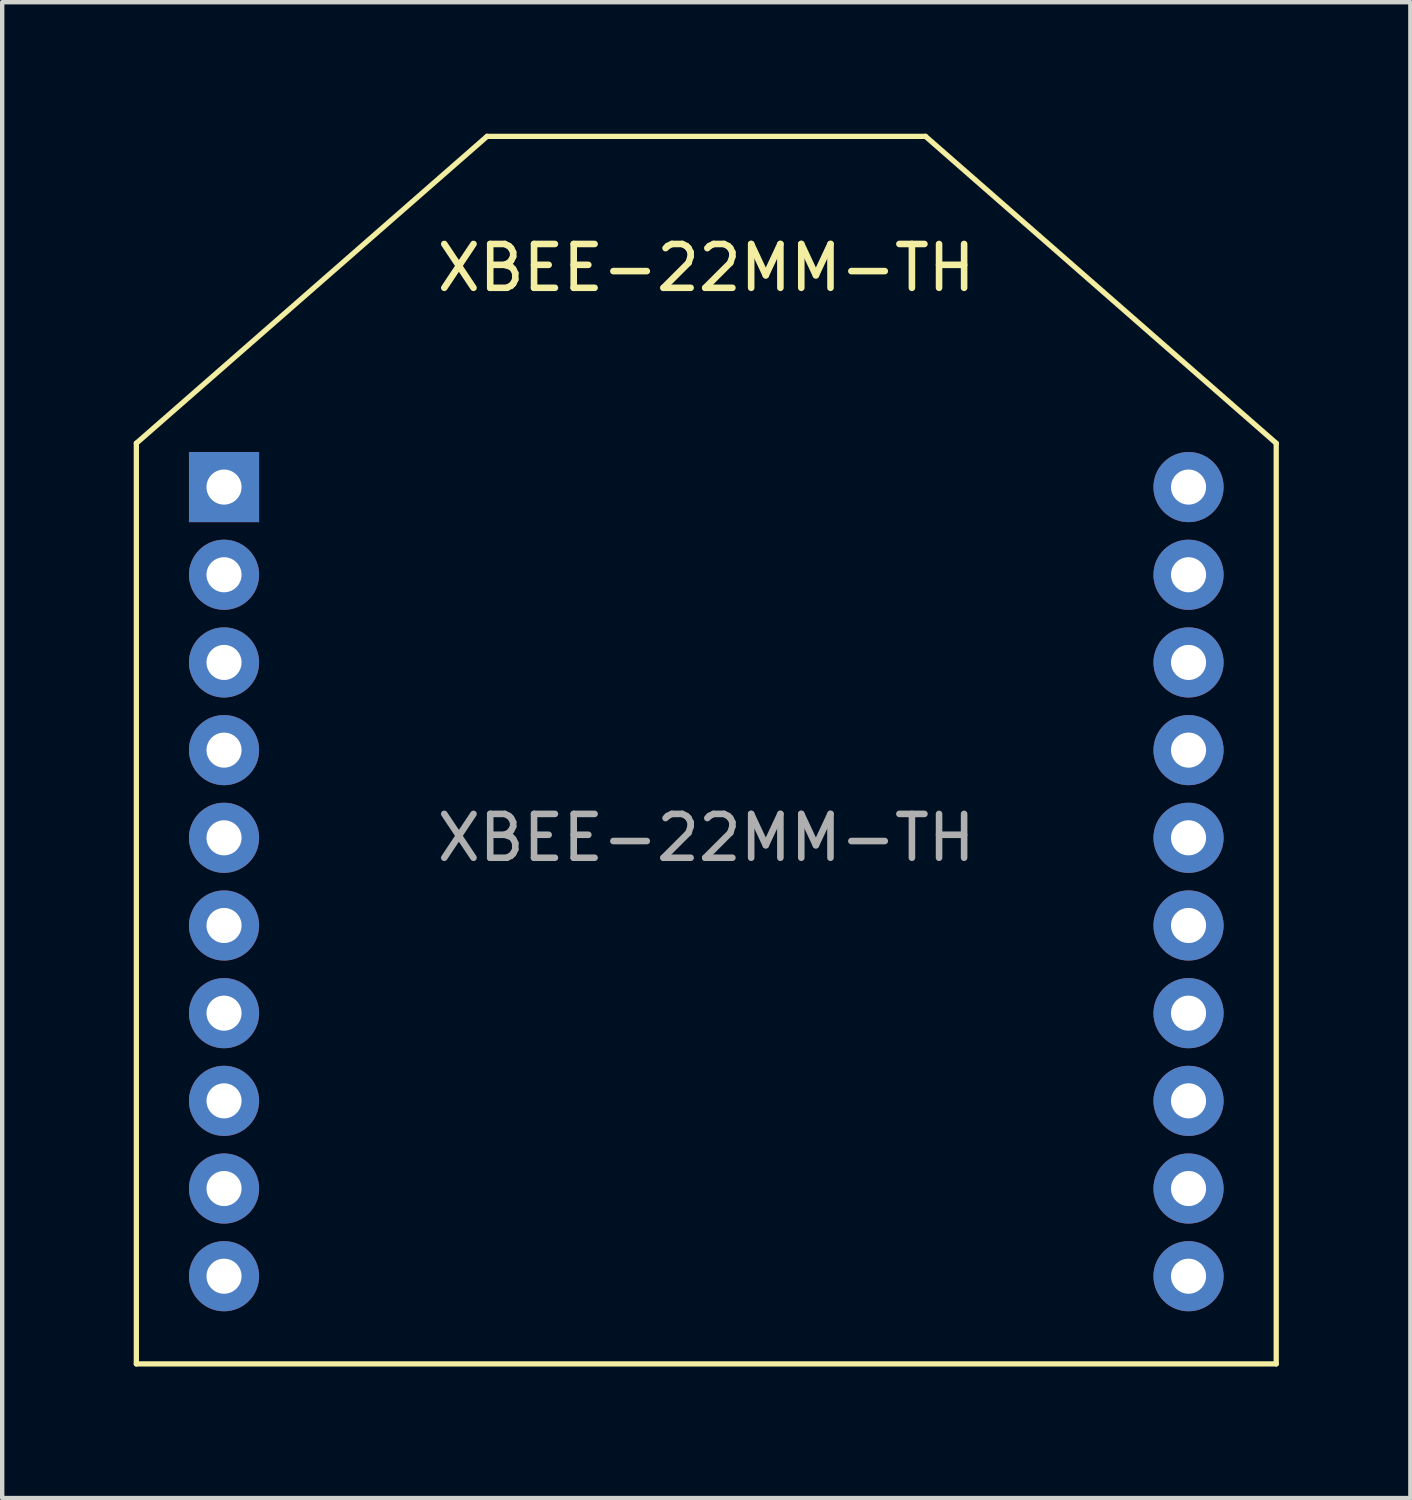
<source format=kicad_pcb>
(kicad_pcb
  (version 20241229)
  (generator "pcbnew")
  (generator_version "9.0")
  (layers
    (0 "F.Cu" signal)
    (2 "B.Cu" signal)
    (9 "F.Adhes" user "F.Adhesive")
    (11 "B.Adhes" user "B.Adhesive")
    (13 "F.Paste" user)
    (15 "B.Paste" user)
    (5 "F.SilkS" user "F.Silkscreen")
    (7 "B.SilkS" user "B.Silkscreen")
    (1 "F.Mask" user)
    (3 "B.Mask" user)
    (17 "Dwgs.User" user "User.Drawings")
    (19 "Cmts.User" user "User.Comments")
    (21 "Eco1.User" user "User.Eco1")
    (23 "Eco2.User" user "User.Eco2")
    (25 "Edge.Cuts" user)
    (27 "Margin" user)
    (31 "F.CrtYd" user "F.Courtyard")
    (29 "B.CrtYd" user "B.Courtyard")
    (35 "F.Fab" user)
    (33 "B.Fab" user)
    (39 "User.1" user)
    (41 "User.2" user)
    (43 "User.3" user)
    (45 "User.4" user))
  (footprint "XBEE-22MM-TH"
    (layer "F.Cu")
    (at 2.06 8.06)
    (property "Reference" "XBEE-22MM-TH" (at 11 -5 0) (layer "F.SilkS") (effects (font (size 1 1) (thickness 0.15))))
    (attr through_hole)
    (fp_line (start -2 -1) (end -2 20) (stroke (width 0.12) (type solid)) (layer "F.SilkS"))
    (fp_line (start -2 20) (end 24 20) (stroke (width 0.12) (type solid)) (layer "F.SilkS"))
    (fp_line (start 6 -8) (end -2 -1) (stroke (width 0.12) (type solid)) (layer "F.SilkS"))
    (fp_line (start 16 -8) (end 6 -8) (stroke (width 0.12) (type solid)) (layer "F.SilkS"))
    (fp_line (start 24 -1) (end 16 -8) (stroke (width 0.12) (type solid)) (layer "F.SilkS"))
    (fp_line (start 24 20) (end 24 -1) (stroke (width 0.12) (type solid)) (layer "F.SilkS"))
    (fp_text user "${REFERENCE}" (at 11 8 0) (layer "F.Fab") (effects (font (size 1 1) (thickness 0.15))))
    (pad "1" thru_hole rect (at 0 0) (size 1.6 1.6) (drill 0.8) (layers "*.Cu" "*.Mask"))
    (pad "2" thru_hole oval (at 0 2) (size 1.6 1.6) (drill 0.8) (layers "*.Cu" "*.Mask"))
    (pad "3" thru_hole oval (at 0 4) (size 1.6 1.6) (drill 0.8) (layers "*.Cu" "*.Mask"))
    (pad "4" thru_hole oval (at 0 6) (size 1.6 1.6) (drill 0.8) (layers "*.Cu" "*.Mask"))
    (pad "5" thru_hole oval (at 0 8) (size 1.6 1.6) (drill 0.8) (layers "*.Cu" "*.Mask"))
    (pad "6" thru_hole oval (at 0 10) (size 1.6 1.6) (drill 0.8) (layers "*.Cu" "*.Mask"))
    (pad "7" thru_hole oval (at 0 12) (size 1.6 1.6) (drill 0.8) (layers "*.Cu" "*.Mask"))
    (pad "8" thru_hole oval (at 0 14) (size 1.6 1.6) (drill 0.8) (layers "*.Cu" "*.Mask"))
    (pad "9" thru_hole oval (at 0 16) (size 1.6 1.6) (drill 0.8) (layers "*.Cu" "*.Mask"))
    (pad "10" thru_hole oval (at 0 18) (size 1.6 1.6) (drill 0.8) (layers "*.Cu" "*.Mask"))
    (pad "11" thru_hole oval (at 22 18) (size 1.6 1.6) (drill 0.8) (layers "*.Cu" "*.Mask"))
    (pad "12" thru_hole oval (at 22 16) (size 1.6 1.6) (drill 0.8) (layers "*.Cu" "*.Mask"))
    (pad "13" thru_hole oval (at 22 14) (size 1.6 1.6) (drill 0.8) (layers "*.Cu" "*.Mask"))
    (pad "14" thru_hole oval (at 22 12) (size 1.6 1.6) (drill 0.8) (layers "*.Cu" "*.Mask"))
    (pad "15" thru_hole oval (at 22 10) (size 1.6 1.6) (drill 0.8) (layers "*.Cu" "*.Mask"))
    (pad "16" thru_hole oval (at 22 8) (size 1.6 1.6) (drill 0.8) (layers "*.Cu" "*.Mask"))
    (pad "17" thru_hole oval (at 22 6) (size 1.6 1.6) (drill 0.8) (layers "*.Cu" "*.Mask"))
    (pad "18" thru_hole oval (at 22 4) (size 1.6 1.6) (drill 0.8) (layers "*.Cu" "*.Mask"))
    (pad "19" thru_hole oval (at 22 2) (size 1.6 1.6) (drill 0.8) (layers "*.Cu" "*.Mask"))
    (pad "20" thru_hole oval (at 22 0) (size 1.6 1.6) (drill 0.8) (layers "*.Cu" "*.Mask")))
  (gr_rect
    (start -3 -3)
    (end 29.12 31.12)
    (stroke (width 0.1) (type default))
    (fill no)
    (layer "Edge.Cuts")))
</source>
